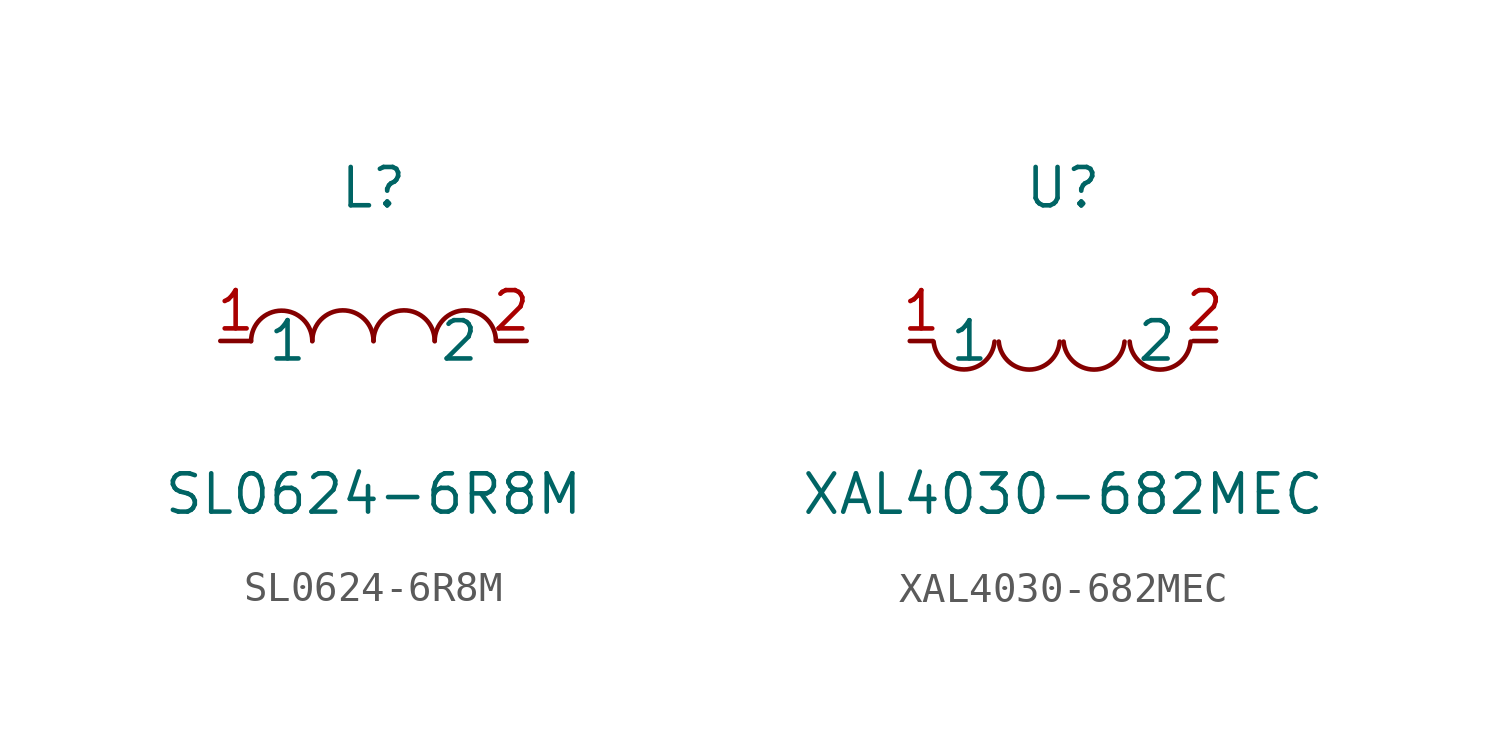
<source format=kicad_sym>
(kicad_symbol_lib
  (version 20211014)
  (generator https://github.com/uPesy/easyeda2kicad.py)
  (symbol "SL0624-6R8M"
    (property "Reference" "L"
      (at 0 5.08 0)
      (effects (font (size 1.27 1.27))))
    (property "Value" "SL0624-6R8M"
      (at 0 -5.08 0)
      (effects (font (size 1.27 1.27))))
    (symbol "SL0624-6R8M_0_1"
      (arc (start -4.06 -0.01) (mid -2.83 0.99) (end -2.03 0.01) (stroke (width 0) (type default) (color 0 0 0 0)) (fill (type none)))
      (arc (start -2.03 -0.01) (mid -0.80 0.99) (end 0.00 0.01) (stroke (width 0) (type default) (color 0 0 0 0)) (fill (type none)))
      (arc (start 2.03 -0.01) (mid 3.26 0.99) (end 4.06 0.01) (stroke (width 0) (type default) (color 0 0 0 0)) (fill (type none)))
      (arc (start 0.00 -0.01) (mid 1.23 0.99) (end 2.03 0.01) (stroke (width 0) (type default) (color 0 0 0 0)) (fill (type none)))
      (pin unspecified line (at 5.08 -0.00 180) (length 1.016) (name "2" (effects (font (size 1.27 1.27)))) (number "2" (effects (font (size 1.27 1.27)))))
      (pin unspecified line (at -5.08 -0.00 0) (length 1.016) (name "1" (effects (font (size 1.27 1.27)))) (number "1" (effects (font (size 1.27 1.27)))))))
  (symbol "XAL4030-682MEC"
    (property "Reference" "U"
      (at 0 5.08 0)
      (effects (font (size 1.27 1.27))))
    (property "Value" "XAL4030-682MEC"
      (at 0 -5.08 0)
      (effects (font (size 1.27 1.27))))
    (symbol "XAL4030-682MEC_0_1"
      (arc (start 2.21 -0.02) (mid 3.68 -1.01) (end 4.23 -0.02) (stroke (width 0) (type default) (color 0 0 0 0)) (fill (type none)))
      (arc (start 0.02 -0.02) (mid 1.49 -1.01) (end 2.04 -0.02) (stroke (width 0) (type default) (color 0 0 0 0)) (fill (type none)))
      (arc (start -2.13 -0.02) (mid -0.66 -1.01) (end -0.11 -0.02) (stroke (width 0) (type default) (color 0 0 0 0)) (fill (type none)))
      (arc (start -4.29 -0.02) (mid -2.81 -1.01) (end -2.27 -0.02) (stroke (width 0) (type default) (color 0 0 0 0)) (fill (type none)))
      (pin unspecified line (at -5.08 -0.00 0) (length 0.762) (name "1" (effects (font (size 1.27 1.27)))) (number "1" (effects (font (size 1.27 1.27)))))
      (pin unspecified line (at 5.08 -0.00 180) (length 0.762) (name "2" (effects (font (size 1.27 1.27)))) (number "2" (effects (font (size 1.27 1.27))))))))
</source>
